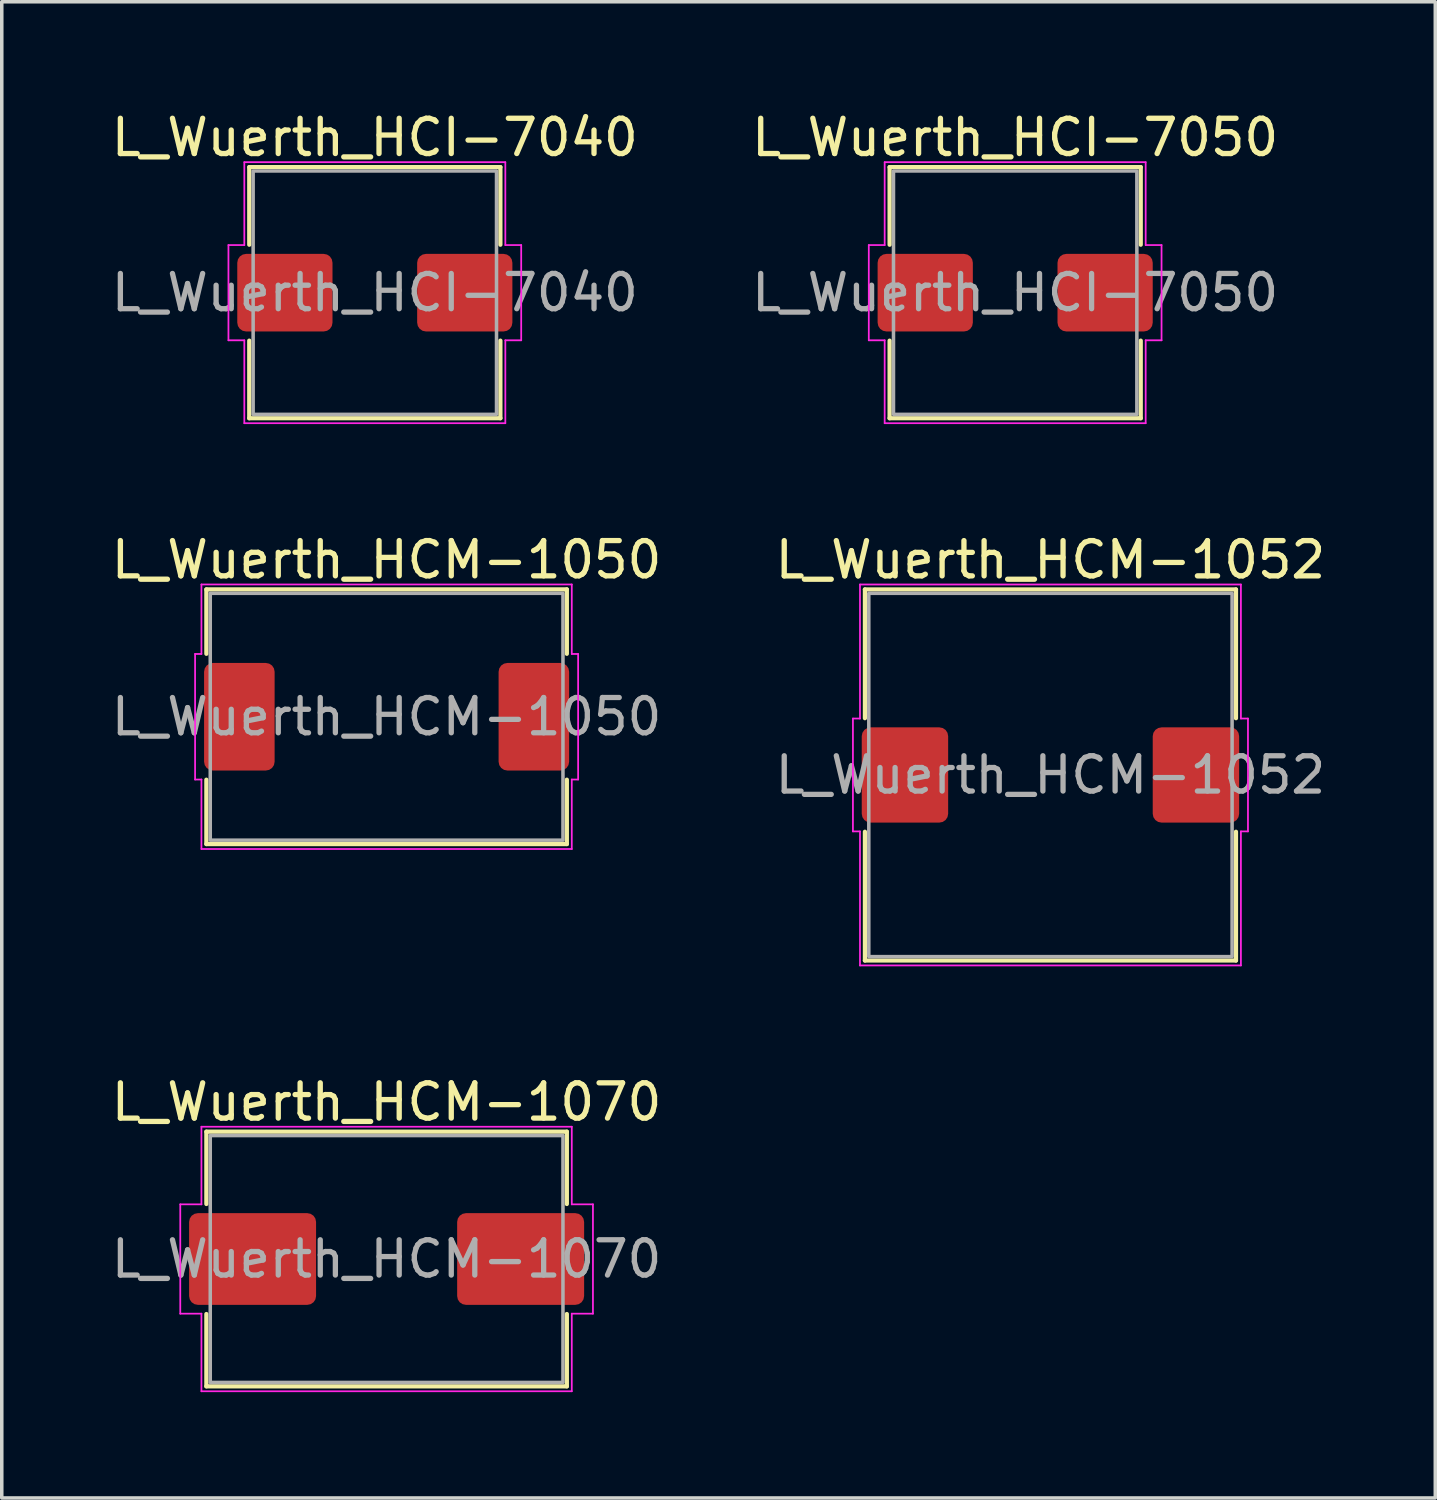
<source format=kicad_pcb>
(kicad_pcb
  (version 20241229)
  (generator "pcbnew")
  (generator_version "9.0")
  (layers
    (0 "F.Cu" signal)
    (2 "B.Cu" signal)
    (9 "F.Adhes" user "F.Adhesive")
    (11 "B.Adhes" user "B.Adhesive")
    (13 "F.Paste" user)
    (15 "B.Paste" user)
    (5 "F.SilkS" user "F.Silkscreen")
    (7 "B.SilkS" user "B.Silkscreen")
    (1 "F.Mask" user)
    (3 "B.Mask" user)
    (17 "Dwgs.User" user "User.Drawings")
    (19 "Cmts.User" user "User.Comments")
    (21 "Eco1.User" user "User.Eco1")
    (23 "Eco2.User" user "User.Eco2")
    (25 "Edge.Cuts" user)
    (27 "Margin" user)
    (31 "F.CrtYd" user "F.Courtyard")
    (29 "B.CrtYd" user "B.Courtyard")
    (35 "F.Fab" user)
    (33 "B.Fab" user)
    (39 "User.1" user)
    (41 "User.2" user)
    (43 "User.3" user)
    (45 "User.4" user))
  (footprint "L_Wuerth_HCI-7050"
    (layer "F.Cu")
    (at 25.732 5.248)
    (property "Reference" "L_Wuerth_HCI-7050" (at 0 -4.4 0) (layer "F.SilkS") (effects (font (size 1 1) (thickness 0.15))))
    (attr smd)
    (fp_line (start -3.56 -3.56) (end 3.56 -3.56) (stroke (width 0.12) (type solid)) (layer "F.SilkS"))
    (fp_line (start -3.56 -1.36) (end -3.56 -3.56) (stroke (width 0.12) (type solid)) (layer "F.SilkS"))
    (fp_line (start -3.56 3.56) (end -3.56 1.36) (stroke (width 0.12) (type solid)) (layer "F.SilkS"))
    (fp_line (start 3.56 -3.56) (end 3.56 -1.36) (stroke (width 0.12) (type solid)) (layer "F.SilkS"))
    (fp_line (start 3.56 1.36) (end 3.56 3.56) (stroke (width 0.12) (type solid)) (layer "F.SilkS"))
    (fp_line (start 3.56 3.56) (end -3.56 3.56) (stroke (width 0.12) (type solid)) (layer "F.SilkS"))
    (fp_line (start -4.15 -1.35) (end -3.7 -1.35) (stroke (width 0.05) (type solid)) (layer "F.CrtYd"))
    (fp_line (start -4.15 1.35) (end -4.15 -1.35) (stroke (width 0.05) (type solid)) (layer "F.CrtYd"))
    (fp_line (start -3.7 -3.7) (end 3.7 -3.7) (stroke (width 0.05) (type solid)) (layer "F.CrtYd"))
    (fp_line (start -3.7 -1.35) (end -3.7 -3.7) (stroke (width 0.05) (type solid)) (layer "F.CrtYd"))
    (fp_line (start -3.7 1.35) (end -4.15 1.35) (stroke (width 0.05) (type solid)) (layer "F.CrtYd"))
    (fp_line (start -3.7 3.7) (end -3.7 1.35) (stroke (width 0.05) (type solid)) (layer "F.CrtYd"))
    (fp_line (start 3.7 -3.7) (end 3.7 -1.35) (stroke (width 0.05) (type solid)) (layer "F.CrtYd"))
    (fp_line (start 3.7 -1.35) (end 4.15 -1.35) (stroke (width 0.05) (type solid)) (layer "F.CrtYd"))
    (fp_line (start 3.7 1.35) (end 3.7 3.7) (stroke (width 0.05) (type solid)) (layer "F.CrtYd"))
    (fp_line (start 3.7 3.7) (end -3.7 3.7) (stroke (width 0.05) (type solid)) (layer "F.CrtYd"))
    (fp_line (start 4.15 -1.35) (end 4.15 1.35) (stroke (width 0.05) (type solid)) (layer "F.CrtYd"))
    (fp_line (start 4.15 1.35) (end 3.7 1.35) (stroke (width 0.05) (type solid)) (layer "F.CrtYd"))
    (fp_rect (start -3.45 -3.45) (end 3.45 3.45) (stroke (width 0.1) (type solid)) (fill no) (layer "F.Fab"))
    (fp_text user "${REFERENCE}" (at 0 0 0) (layer "F.Fab") (effects (font (size 1 1) (thickness 0.15))))
    (pad "1" smd roundrect (at -2.55 0) (size 2.7 2.2) (layers "F.Cu" "F.Mask" "F.Paste") (roundrect_rratio 0.114))
    (pad "2" smd roundrect (at 2.55 0) (size 2.7 2.2) (layers "F.Cu" "F.Mask" "F.Paste") (roundrect_rratio 0.114)))
  (footprint "L_Wuerth_HCI-7040"
    (layer "F.Cu")
    (at 7.577 5.248)
    (property "Reference" "L_Wuerth_HCI-7040" (at 0 -4.4 0) (layer "F.SilkS") (effects (font (size 1 1) (thickness 0.15))))
    (attr smd)
    (fp_line (start -3.56 -3.56) (end 3.56 -3.56) (stroke (width 0.12) (type solid)) (layer "F.SilkS"))
    (fp_line (start -3.56 -1.36) (end -3.56 -3.56) (stroke (width 0.12) (type solid)) (layer "F.SilkS"))
    (fp_line (start -3.56 3.56) (end -3.56 1.36) (stroke (width 0.12) (type solid)) (layer "F.SilkS"))
    (fp_line (start 3.56 -3.56) (end 3.56 -1.36) (stroke (width 0.12) (type solid)) (layer "F.SilkS"))
    (fp_line (start 3.56 1.36) (end 3.56 3.56) (stroke (width 0.12) (type solid)) (layer "F.SilkS"))
    (fp_line (start 3.56 3.56) (end -3.56 3.56) (stroke (width 0.12) (type solid)) (layer "F.SilkS"))
    (fp_line (start -4.15 -1.35) (end -3.7 -1.35) (stroke (width 0.05) (type solid)) (layer "F.CrtYd"))
    (fp_line (start -4.15 1.35) (end -4.15 -1.35) (stroke (width 0.05) (type solid)) (layer "F.CrtYd"))
    (fp_line (start -3.7 -3.7) (end 3.7 -3.7) (stroke (width 0.05) (type solid)) (layer "F.CrtYd"))
    (fp_line (start -3.7 -1.35) (end -3.7 -3.7) (stroke (width 0.05) (type solid)) (layer "F.CrtYd"))
    (fp_line (start -3.7 1.35) (end -4.15 1.35) (stroke (width 0.05) (type solid)) (layer "F.CrtYd"))
    (fp_line (start -3.7 3.7) (end -3.7 1.35) (stroke (width 0.05) (type solid)) (layer "F.CrtYd"))
    (fp_line (start 3.7 -3.7) (end 3.7 -1.35) (stroke (width 0.05) (type solid)) (layer "F.CrtYd"))
    (fp_line (start 3.7 -1.35) (end 4.15 -1.35) (stroke (width 0.05) (type solid)) (layer "F.CrtYd"))
    (fp_line (start 3.7 1.35) (end 3.7 3.7) (stroke (width 0.05) (type solid)) (layer "F.CrtYd"))
    (fp_line (start 3.7 3.7) (end -3.7 3.7) (stroke (width 0.05) (type solid)) (layer "F.CrtYd"))
    (fp_line (start 4.15 -1.35) (end 4.15 1.35) (stroke (width 0.05) (type solid)) (layer "F.CrtYd"))
    (fp_line (start 4.15 1.35) (end 3.7 1.35) (stroke (width 0.05) (type solid)) (layer "F.CrtYd"))
    (fp_rect (start -3.45 -3.45) (end 3.45 3.45) (stroke (width 0.1) (type solid)) (fill no) (layer "F.Fab"))
    (fp_text user "${REFERENCE}" (at 0 0 0) (layer "F.Fab") (effects (font (size 1 1) (thickness 0.15))))
    (pad "1" smd roundrect (at -2.55 0) (size 2.7 2.2) (layers "F.Cu" "F.Mask" "F.Paste") (roundrect_rratio 0.114))
    (pad "2" smd roundrect (at 2.55 0) (size 2.7 2.2) (layers "F.Cu" "F.Mask" "F.Paste") (roundrect_rratio 0.114)))
  (footprint "L_Wuerth_HCM-1052"
    (layer "F.Cu")
    (at 26.732 18.922)
    (property "Reference" "L_Wuerth_HCM-1052" (at 0 -6.1 0) (layer "F.SilkS") (effects (font (size 1 1) (thickness 0.15))))
    (attr smd)
    (fp_line (start -5.26 -5.26) (end 5.26 -5.26) (stroke (width 0.12) (type solid)) (layer "F.SilkS"))
    (fp_line (start -5.26 -1.61) (end -5.26 -5.26) (stroke (width 0.12) (type solid)) (layer "F.SilkS"))
    (fp_line (start -5.26 5.26) (end -5.26 1.61) (stroke (width 0.12) (type solid)) (layer "F.SilkS"))
    (fp_line (start 5.26 -5.26) (end 5.26 -1.61) (stroke (width 0.12) (type solid)) (layer "F.SilkS"))
    (fp_line (start 5.26 1.61) (end 5.26 5.26) (stroke (width 0.12) (type solid)) (layer "F.SilkS"))
    (fp_line (start 5.26 5.26) (end -5.26 5.26) (stroke (width 0.12) (type solid)) (layer "F.SilkS"))
    (fp_line (start -5.6 -1.6) (end -5.4 -1.6) (stroke (width 0.05) (type solid)) (layer "F.CrtYd"))
    (fp_line (start -5.6 1.6) (end -5.6 -1.6) (stroke (width 0.05) (type solid)) (layer "F.CrtYd"))
    (fp_line (start -5.4 -5.4) (end 5.4 -5.4) (stroke (width 0.05) (type solid)) (layer "F.CrtYd"))
    (fp_line (start -5.4 -1.6) (end -5.4 -5.4) (stroke (width 0.05) (type solid)) (layer "F.CrtYd"))
    (fp_line (start -5.4 1.6) (end -5.6 1.6) (stroke (width 0.05) (type solid)) (layer "F.CrtYd"))
    (fp_line (start -5.4 5.4) (end -5.4 1.6) (stroke (width 0.05) (type solid)) (layer "F.CrtYd"))
    (fp_line (start 5.4 -5.4) (end 5.4 -1.6) (stroke (width 0.05) (type solid)) (layer "F.CrtYd"))
    (fp_line (start 5.4 -1.6) (end 5.6 -1.6) (stroke (width 0.05) (type solid)) (layer "F.CrtYd"))
    (fp_line (start 5.4 1.6) (end 5.4 5.4) (stroke (width 0.05) (type solid)) (layer "F.CrtYd"))
    (fp_line (start 5.4 5.4) (end -5.4 5.4) (stroke (width 0.05) (type solid)) (layer "F.CrtYd"))
    (fp_line (start 5.6 -1.6) (end 5.6 1.6) (stroke (width 0.05) (type solid)) (layer "F.CrtYd"))
    (fp_line (start 5.6 1.6) (end 5.4 1.6) (stroke (width 0.05) (type solid)) (layer "F.CrtYd"))
    (fp_rect (start -5.15 -5.15) (end 5.15 5.15) (stroke (width 0.1) (type solid)) (fill no) (layer "F.Fab"))
    (fp_text user "${REFERENCE}" (at 0 0 0) (layer "F.Fab") (effects (font (size 1 1) (thickness 0.15))))
    (pad "1" smd roundrect (at -4.125 0) (size 2.45 2.7) (layers "F.Cu" "F.Mask" "F.Paste") (roundrect_rratio 0.102))
    (pad "2" smd roundrect (at 4.125 0) (size 2.45 2.7) (layers "F.Cu" "F.Mask" "F.Paste") (roundrect_rratio 0.102)))
  (footprint "L_Wuerth_HCM-1050"
    (layer "F.Cu")
    (at 7.911 17.271)
    (property "Reference" "L_Wuerth_HCM-1050" (at 0 -4.45 0) (layer "F.SilkS") (effects (font (size 1 1) (thickness 0.15))))
    (attr smd)
    (fp_line (start -5.11 -3.61) (end 5.11 -3.61) (stroke (width 0.12) (type solid)) (layer "F.SilkS"))
    (fp_line (start -5.11 -1.785) (end -5.11 -3.61) (stroke (width 0.12) (type solid)) (layer "F.SilkS"))
    (fp_line (start -5.11 3.61) (end -5.11 1.785) (stroke (width 0.12) (type solid)) (layer "F.SilkS"))
    (fp_line (start 5.11 -3.61) (end 5.11 -1.785) (stroke (width 0.12) (type solid)) (layer "F.SilkS"))
    (fp_line (start 5.11 1.785) (end 5.11 3.61) (stroke (width 0.12) (type solid)) (layer "F.SilkS"))
    (fp_line (start 5.11 3.61) (end -5.11 3.61) (stroke (width 0.12) (type solid)) (layer "F.SilkS"))
    (fp_line (start -5.43 -1.78) (end -5.25 -1.78) (stroke (width 0.05) (type solid)) (layer "F.CrtYd"))
    (fp_line (start -5.43 1.78) (end -5.43 -1.78) (stroke (width 0.05) (type solid)) (layer "F.CrtYd"))
    (fp_line (start -5.25 -3.75) (end 5.25 -3.75) (stroke (width 0.05) (type solid)) (layer "F.CrtYd"))
    (fp_line (start -5.25 -1.78) (end -5.25 -3.75) (stroke (width 0.05) (type solid)) (layer "F.CrtYd"))
    (fp_line (start -5.25 1.78) (end -5.43 1.78) (stroke (width 0.05) (type solid)) (layer "F.CrtYd"))
    (fp_line (start -5.25 3.75) (end -5.25 1.78) (stroke (width 0.05) (type solid)) (layer "F.CrtYd"))
    (fp_line (start 5.25 -3.75) (end 5.25 -1.78) (stroke (width 0.05) (type solid)) (layer "F.CrtYd"))
    (fp_line (start 5.25 -1.78) (end 5.43 -1.78) (stroke (width 0.05) (type solid)) (layer "F.CrtYd"))
    (fp_line (start 5.25 1.78) (end 5.25 3.75) (stroke (width 0.05) (type solid)) (layer "F.CrtYd"))
    (fp_line (start 5.25 3.75) (end -5.25 3.75) (stroke (width 0.05) (type solid)) (layer "F.CrtYd"))
    (fp_line (start 5.43 -1.78) (end 5.43 1.78) (stroke (width 0.05) (type solid)) (layer "F.CrtYd"))
    (fp_line (start 5.43 1.78) (end 5.25 1.78) (stroke (width 0.05) (type solid)) (layer "F.CrtYd"))
    (fp_rect (start -5 -3.5) (end 5 3.5) (stroke (width 0.1) (type solid)) (fill no) (layer "F.Fab"))
    (fp_text user "${REFERENCE}" (at 0 0 0) (layer "F.Fab") (effects (font (size 1 1) (thickness 0.15))))
    (pad "1" smd roundrect (at -4.175 0) (size 2 3.05) (layers "F.Cu" "F.Mask" "F.Paste") (roundrect_rratio 0.125))
    (pad "2" smd roundrect (at 4.175 0) (size 2 3.05) (layers "F.Cu" "F.Mask" "F.Paste") (roundrect_rratio 0.125)))
  (footprint "L_Wuerth_HCM-1070"
    (layer "F.Cu")
    (at 7.911 32.645)
    (property "Reference" "L_Wuerth_HCM-1070" (at 0 -4.45 0) (layer "F.SilkS") (effects (font (size 1 1) (thickness 0.15))))
    (attr smd)
    (fp_line (start -5.11 -3.61) (end 5.11 -3.61) (stroke (width 0.12) (type solid)) (layer "F.SilkS"))
    (fp_line (start -5.11 -1.56) (end -5.11 -3.61) (stroke (width 0.12) (type solid)) (layer "F.SilkS"))
    (fp_line (start -5.11 3.61) (end -5.11 1.56) (stroke (width 0.12) (type solid)) (layer "F.SilkS"))
    (fp_line (start 5.11 -3.61) (end 5.11 -1.56) (stroke (width 0.12) (type solid)) (layer "F.SilkS"))
    (fp_line (start 5.11 1.56) (end 5.11 3.61) (stroke (width 0.12) (type solid)) (layer "F.SilkS"))
    (fp_line (start 5.11 3.61) (end -5.11 3.61) (stroke (width 0.12) (type solid)) (layer "F.SilkS"))
    (fp_line (start -5.85 -1.55) (end -5.25 -1.55) (stroke (width 0.05) (type solid)) (layer "F.CrtYd"))
    (fp_line (start -5.85 1.55) (end -5.85 -1.55) (stroke (width 0.05) (type solid)) (layer "F.CrtYd"))
    (fp_line (start -5.25 -3.75) (end 5.25 -3.75) (stroke (width 0.05) (type solid)) (layer "F.CrtYd"))
    (fp_line (start -5.25 -1.55) (end -5.25 -3.75) (stroke (width 0.05) (type solid)) (layer "F.CrtYd"))
    (fp_line (start -5.25 1.55) (end -5.85 1.55) (stroke (width 0.05) (type solid)) (layer "F.CrtYd"))
    (fp_line (start -5.25 3.75) (end -5.25 1.55) (stroke (width 0.05) (type solid)) (layer "F.CrtYd"))
    (fp_line (start 5.25 -3.75) (end 5.25 -1.55) (stroke (width 0.05) (type solid)) (layer "F.CrtYd"))
    (fp_line (start 5.25 -1.55) (end 5.85 -1.55) (stroke (width 0.05) (type solid)) (layer "F.CrtYd"))
    (fp_line (start 5.25 1.55) (end 5.25 3.75) (stroke (width 0.05) (type solid)) (layer "F.CrtYd"))
    (fp_line (start 5.25 3.75) (end -5.25 3.75) (stroke (width 0.05) (type solid)) (layer "F.CrtYd"))
    (fp_line (start 5.85 -1.55) (end 5.85 1.55) (stroke (width 0.05) (type solid)) (layer "F.CrtYd"))
    (fp_line (start 5.85 1.55) (end 5.25 1.55) (stroke (width 0.05) (type solid)) (layer "F.CrtYd"))
    (fp_rect (start -5 -3.5) (end 5 3.5) (stroke (width 0.1) (type solid)) (fill no) (layer "F.Fab"))
    (fp_text user "${REFERENCE}" (at 0 0 0) (layer "F.Fab") (effects (font (size 1 1) (thickness 0.15))))
    (pad "1" smd roundrect (at -3.8 0) (size 3.6 2.6) (layers "F.Cu" "F.Mask" "F.Paste") (roundrect_rratio 0.096))
    (pad "2" smd roundrect (at 3.8 0) (size 3.6 2.6) (layers "F.Cu" "F.Mask" "F.Paste") (roundrect_rratio 0.096)))
  (gr_rect
    (start -3 -3)
    (end 37.643 39.42)
    (stroke (width 0.1) (type default))
    (fill no)
    (layer "Edge.Cuts")))
</source>
